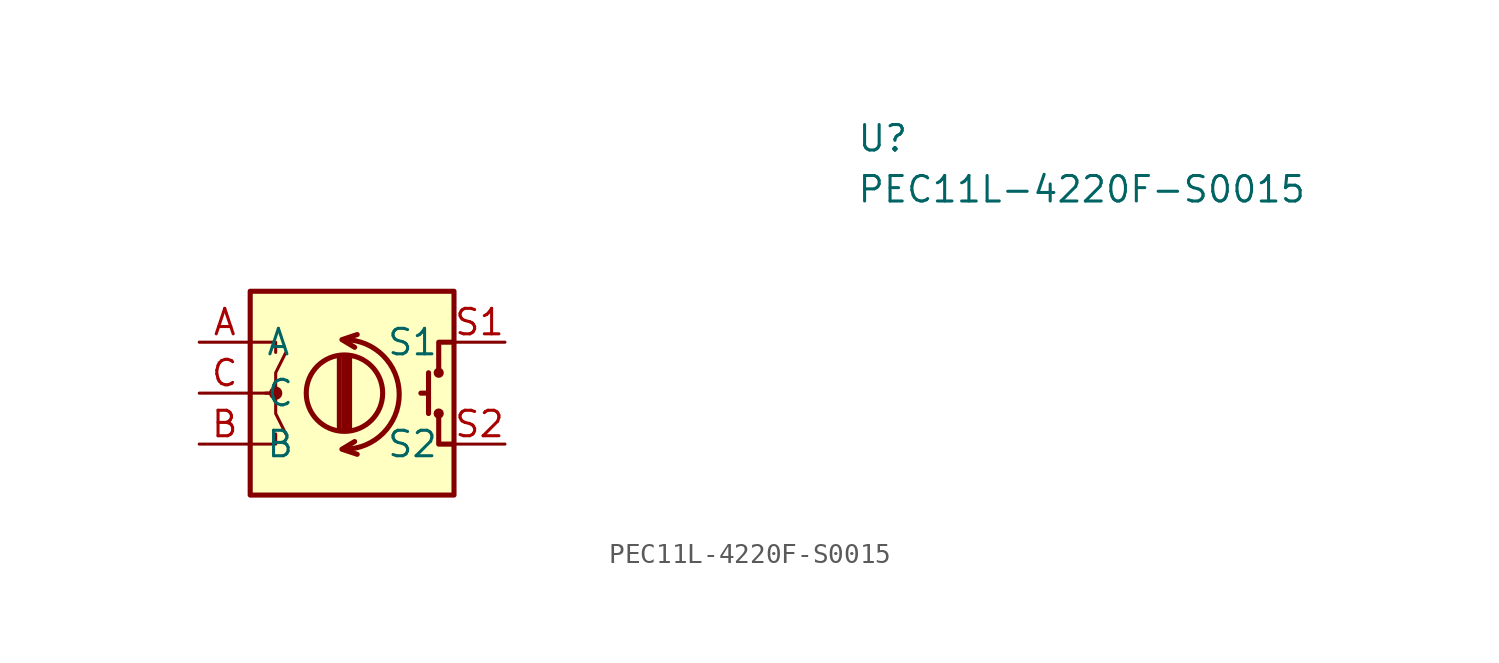
<source format=kicad_sym>
(kicad_symbol_lib
  (version 20211014)
  (generator kicad_symbol_editor)
  (symbol "PEC11L-4220F-S0015"
    (pin_names
      (offset 0.762))
    (property "Reference" "U"
      (at 26.67 12.7 0)
      (effects (font (size 1.27 1.27)) (justify left)))
    (property "Value" "PEC11L-4220F-S0015"
      (at 26.67 10.16 0)
      (effects (font (size 1.27 1.27)) (justify left)))
    (symbol "PEC11L-4220F-S0015_0_1"
      (rectangle (start -3.556 5.08) (end 6.604 -5.08) (stroke (width 0.254) (type default) (color 0 0 0 0)) (fill (type background)))
      (circle (center -2.286 0) (radius 0.254) (stroke (width 0) (type default) (color 0 0 0 0)) (fill (type outline)))
      (polyline (pts (xy 0.889 -1.778) (xy 0.889 1.778)) (stroke (width 0.254) (type default) (color 0 0 0 0)) (fill (type none)))
      (polyline (pts (xy 1.143 -1.778) (xy 1.143 1.778)) (stroke (width 0.254) (type default) (color 0 0 0 0)) (fill (type none)))
      (polyline (pts (xy 1.397 1.778) (xy 1.397 -1.778)) (stroke (width 0.254) (type default) (color 0 0 0 0)) (fill (type none)))
      (polyline (pts (xy 5.334 0) (xy 4.953 0)) (stroke (width 0.254) (type default) (color 0 0 0 0)) (fill (type none)))
      (polyline (pts (xy 5.334 1.016) (xy 5.334 -1.016)) (stroke (width 0.254) (type default) (color 0 0 0 0)) (fill (type none)))
      (polyline (pts (xy -3.556 -2.54) (xy -2.286 -2.54) (xy -2.286 -2.032)) (stroke (width 0) (type default) (color 0 0 0 0)) (fill (type none)))
      (polyline (pts (xy -3.556 2.54) (xy -2.286 2.54) (xy -2.286 2.032)) (stroke (width 0) (type default) (color 0 0 0 0)) (fill (type none)))
      (polyline (pts (xy 1.778 -3.048) (xy 1.016 -2.794) (xy 1.651 -2.413)) (stroke (width 0.254) (type default) (color 0 0 0 0)) (fill (type none)))
      (polyline (pts (xy 1.778 2.921) (xy 1.016 2.667) (xy 1.651 2.286)) (stroke (width 0.254) (type default) (color 0 0 0 0)) (fill (type none)))
      (polyline (pts (xy 6.604 -2.54) (xy 5.842 -2.54) (xy 5.842 -1.016)) (stroke (width 0.254) (type default) (color 0 0 0 0)) (fill (type none)))
      (polyline (pts (xy 6.604 2.54) (xy 5.842 2.54) (xy 5.842 1.016)) (stroke (width 0.254) (type default) (color 0 0 0 0)) (fill (type none)))
      (polyline (pts (xy -3.556 0) (xy -2.286 0) (xy -2.286 -1.016) (xy -1.778 -2.032)) (stroke (width 0) (type default) (color 0 0 0 0)) (fill (type none)))
      (polyline (pts (xy -2.794 0) (xy -2.286 0) (xy -2.286 1.016) (xy -1.778 2.032)) (stroke (width 0) (type default) (color 0 0 0 0)) (fill (type none)))
      (arc (start 1.143 -2.794) (mid 3.8862 -0.0635) (end 1.143 2.667) (stroke (width 0.254) (type default) (color 0 0 0 0)) (fill (type none)))
      (circle (center 1.143 0) (radius 1.905) (stroke (width 0.254) (type default) (color 0 0 0 0)) (fill (type none)))
      (circle (center 5.842 -1.016) (radius 0.127) (stroke (width 0.254) (type default) (color 0 0 0 0)) (fill (type none)))
      (circle (center 5.842 1.016) (radius 0.127) (stroke (width 0.254) (type default) (color 0 0 0 0)) (fill (type none))))
    (symbol "PEC11L-4220F-S0015_1_1"
      (pin passive line (at -6.096 2.54 0) (length 2.54) (name "A" (effects (font (size 1.27 1.27)))) (number "A" (effects (font (size 1.27 1.27)))))
      (pin passive line (at -6.096 -2.54 0) (length 2.54) (name "B" (effects (font (size 1.27 1.27)))) (number "B" (effects (font (size 1.27 1.27)))))
      (pin passive line (at -6.096 0 0) (length 2.54) (name "C" (effects (font (size 1.27 1.27)))) (number "C" (effects (font (size 1.27 1.27)))))
      (pin passive line (at 9.144 2.54 180) (length 2.54) (name "S1" (effects (font (size 1.27 1.27)))) (number "S1" (effects (font (size 1.27 1.27)))))
      (pin input line (at 9.144 -2.54 180) (length 2.54) (name "S2" (effects (font (size 1.27 1.27)))) (number "S2" (effects (font (size 1.27 1.27))))))))
</source>
